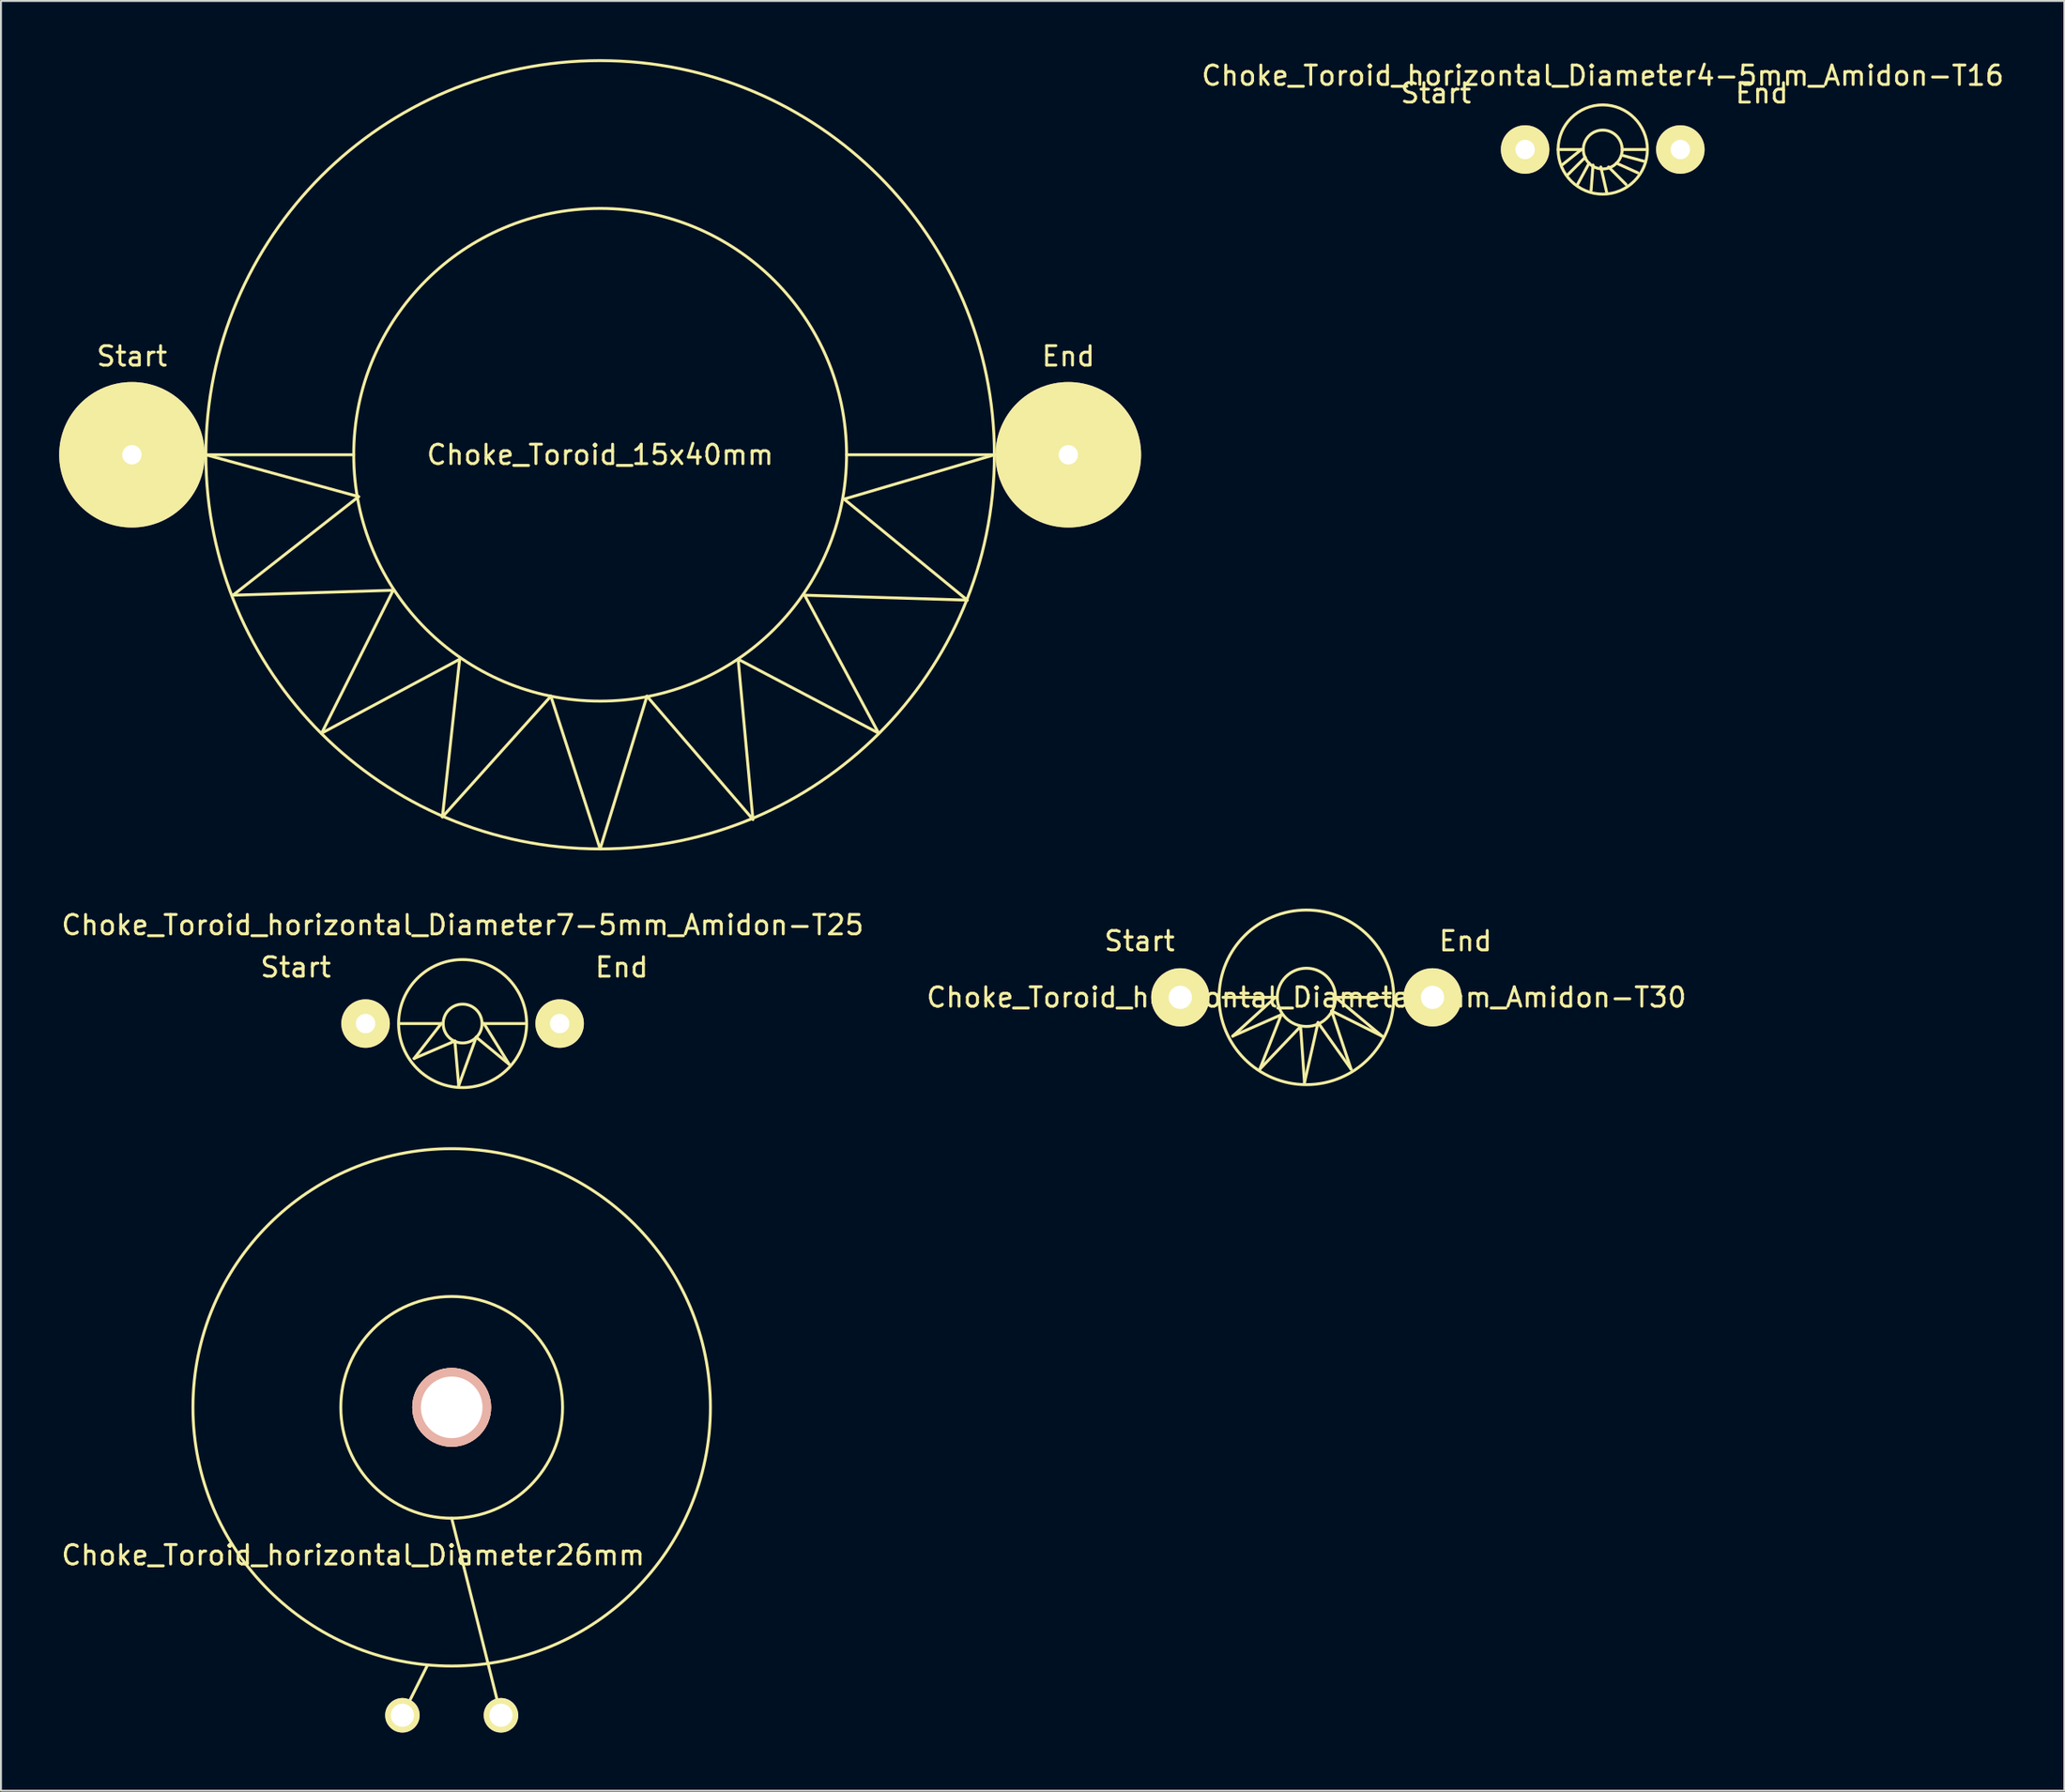
<source format=kicad_pcb>
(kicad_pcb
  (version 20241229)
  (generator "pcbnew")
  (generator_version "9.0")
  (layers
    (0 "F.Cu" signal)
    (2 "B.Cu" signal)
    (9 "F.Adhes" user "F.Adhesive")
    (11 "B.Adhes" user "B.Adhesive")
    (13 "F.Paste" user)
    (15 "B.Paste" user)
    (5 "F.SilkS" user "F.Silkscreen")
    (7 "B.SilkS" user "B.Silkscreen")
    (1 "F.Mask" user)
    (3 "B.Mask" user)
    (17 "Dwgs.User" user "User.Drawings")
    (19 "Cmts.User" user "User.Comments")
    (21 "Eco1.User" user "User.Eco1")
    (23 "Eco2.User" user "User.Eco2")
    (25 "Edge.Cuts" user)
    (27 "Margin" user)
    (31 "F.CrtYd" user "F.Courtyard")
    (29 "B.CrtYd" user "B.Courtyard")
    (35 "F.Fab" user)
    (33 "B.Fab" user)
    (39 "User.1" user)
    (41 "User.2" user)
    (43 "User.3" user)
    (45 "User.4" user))
  (footprint "Choke_Toroid_horizontal_Diameter7-5mm_Amidon-T25"
    (layer "F.Cu")
    (at 20.792 49.718)
    (property "Reference" "Choke_Toroid_horizontal_Diameter7-5mm_Amidon-T25" (at 0 -5.08 0) (layer "F.SilkS") (effects (font (size 1 1) (thickness 0.15))))
    (attr through_hole)
    (fp_line (start -3.2 0) (end -1.1 0) (stroke (width 0.15) (type solid)) (layer "F.SilkS"))
    (fp_line (start -2.499 1.801) (end -0.399 0.899) (stroke (width 0.15) (type solid)) (layer "F.SilkS"))
    (fp_line (start -1.1 0) (end -2.499 1.801) (stroke (width 0.15) (type solid)) (layer "F.SilkS"))
    (fp_line (start -0.399 0.899) (end -0.201 3.2) (stroke (width 0.15) (type solid)) (layer "F.SilkS"))
    (fp_line (start -0.201 3.2) (end 0.701 0.701) (stroke (width 0.15) (type solid)) (layer "F.SilkS"))
    (fp_line (start 0.701 0.701) (end 2.4 2.101) (stroke (width 0.15) (type solid)) (layer "F.SilkS"))
    (fp_line (start 1.1 0) (end 3.2 0) (stroke (width 0.15) (type solid)) (layer "F.SilkS"))
    (fp_line (start 2.4 2.101) (end 1.1 0) (stroke (width 0.15) (type solid)) (layer "F.SilkS"))
    (fp_circle (center 0 0) (end 1.001 0) (stroke (width 0.15) (type solid)) (fill no) (layer "F.SilkS"))
    (fp_circle (center 0 0) (end 3.299 0) (stroke (width 0.15) (type solid)) (fill no) (layer "F.SilkS"))
    (fp_text user "Start" (at -8.6 -2.901 0) (layer "F.SilkS") (effects (font (size 1 1) (thickness 0.15))))
    (fp_text user "End" (at 8.199 -2.901 0) (layer "F.SilkS") (effects (font (size 1 1) (thickness 0.15))))
    (pad "1" thru_hole circle (at -5.001 0) (size 2.499 2.499) (drill 1.001) (layers "*.Cu" "*.Mask" "F.SilkS"))
    (pad "2" thru_hole circle (at 5.001 0) (size 2.499 2.499) (drill 1.001) (layers "*.Cu" "*.Mask" "F.SilkS")))
  (footprint "Choke_Toroid_horizontal_Diameter26mm"
    (layer "F.Cu")
    (at 20.229 69.503)
    (property "Reference" "Choke_Toroid_horizontal_Diameter26mm" (at -5.08 7.62 0) (layer "F.SilkS") (effects (font (size 1 1) (thickness 0.15))))
    (attr through_hole)
    (fp_line (start -2.54 15.875) (end -1.27 13.335) (stroke (width 0.15) (type solid)) (layer "F.SilkS"))
    (fp_line (start 2.54 15.875) (end 0 5.715) (stroke (width 0.15) (type solid)) (layer "F.SilkS"))
    (fp_circle (center 0 0) (end -13.335 0) (stroke (width 0.15) (type solid)) (fill no) (layer "F.SilkS"))
    (fp_circle (center 0 0) (end 5.715 0) (stroke (width 0.15) (type solid)) (fill no) (layer "F.SilkS"))
    (pad "" thru_hole circle (at 0 0) (size 4.064 4.064) (drill 3.175) (layers "*.Cu" "*.SilkS" "*.Mask"))
    (pad "1" thru_hole circle (at -2.54 15.875) (size 1.778 1.778) (drill 1.194) (layers "*.Cu" "*.Mask" "F.SilkS"))
    (pad "2" thru_hole circle (at 2.54 15.875) (size 1.778 1.778) (drill 1.194) (layers "*.Cu" "*.Mask" "F.SilkS")))
  (footprint "Choke_Toroid_horizontal_Diameter9mm_Amidon-T30"
    (layer "F.Cu")
    (at 64.28 48.366)
    (property "Reference" "Choke_Toroid_horizontal_Diameter9mm_Amidon-T30" (at 0 0 0) (layer "F.SilkS") (effects (font (size 1 1) (thickness 0.15))))
    (attr through_hole)
    (fp_line (start -4.3 0) (end -1.6 0) (stroke (width 0.15) (type solid)) (layer "F.SilkS"))
    (fp_line (start -3.8 1.999) (end -1.3 0.899) (stroke (width 0.15) (type solid)) (layer "F.SilkS"))
    (fp_line (start -2.4 3.701) (end -0.3 1.501) (stroke (width 0.15) (type solid)) (layer "F.SilkS"))
    (fp_line (start -1.6 0) (end -3.8 1.999) (stroke (width 0.15) (type solid)) (layer "F.SilkS"))
    (fp_line (start -1.3 0.899) (end -2.4 3.701) (stroke (width 0.15) (type solid)) (layer "F.SilkS"))
    (fp_line (start -0.3 1.501) (end -0.099 4.399) (stroke (width 0.15) (type solid)) (layer "F.SilkS"))
    (fp_line (start -0.099 4.399) (end 0.599 1.3) (stroke (width 0.15) (type solid)) (layer "F.SilkS"))
    (fp_line (start 0.599 1.3) (end 2.301 3.701) (stroke (width 0.15) (type solid)) (layer "F.SilkS"))
    (fp_line (start 1.3 0.701) (end 3.899 1.999) (stroke (width 0.15) (type solid)) (layer "F.SilkS"))
    (fp_line (start 1.501 0) (end 4.3 0) (stroke (width 0.15) (type solid)) (layer "F.SilkS"))
    (fp_line (start 2.301 3.701) (end 1.3 0.701) (stroke (width 0.15) (type solid)) (layer "F.SilkS"))
    (fp_line (start 3.899 1.999) (end 1.501 0) (stroke (width 0.15) (type solid)) (layer "F.SilkS"))
    (fp_circle (center 0 0) (end 1.501 0) (stroke (width 0.15) (type solid)) (fill no) (layer "F.SilkS"))
    (fp_circle (center 0 0) (end 4.501 0) (stroke (width 0.15) (type solid)) (fill no) (layer "F.SilkS"))
    (fp_text user "Start" (at -8.6 -2.901 0) (layer "F.SilkS") (effects (font (size 1 1) (thickness 0.15))))
    (fp_text user "End" (at 8.199 -2.901 0) (layer "F.SilkS") (effects (font (size 1 1) (thickness 0.15))))
    (pad "1" thru_hole circle (at -6.5 0) (size 3 3) (drill 1.199) (layers "*.Cu" "*.Mask" "F.SilkS"))
    (pad "2" thru_hole circle (at 6.5 0) (size 3 3) (drill 1.199) (layers "*.Cu" "*.Mask" "F.SilkS")))
  (footprint "Choke_Toroid_15x40mm"
    (layer "F.Cu")
    (at 27.88 20.395)
    (property "Reference" "Choke_Toroid_15x40mm" (at 0 0 0) (layer "F.SilkS") (effects (font (size 1 1) (thickness 0.15))))
    (attr through_hole)
    (fp_line (start -20.32 0) (end -12.446 2.159) (stroke (width 0.15) (type solid)) (layer "F.SilkS"))
    (fp_line (start -18.923 7.239) (end -10.668 6.985) (stroke (width 0.15) (type solid)) (layer "F.SilkS"))
    (fp_line (start -14.351 14.351) (end -7.239 10.541) (stroke (width 0.15) (type solid)) (layer "F.SilkS"))
    (fp_line (start -12.7 0) (end -20.32 0) (stroke (width 0.15) (type solid)) (layer "F.SilkS"))
    (fp_line (start -12.446 2.159) (end -18.923 7.239) (stroke (width 0.15) (type solid)) (layer "F.SilkS"))
    (fp_line (start -10.668 6.985) (end -14.351 14.351) (stroke (width 0.15) (type solid)) (layer "F.SilkS"))
    (fp_line (start -8.128 18.669) (end -2.54 12.446) (stroke (width 0.15) (type solid)) (layer "F.SilkS"))
    (fp_line (start -7.239 10.541) (end -8.128 18.669) (stroke (width 0.15) (type solid)) (layer "F.SilkS"))
    (fp_line (start -2.54 12.446) (end 0 20.32) (stroke (width 0.15) (type solid)) (layer "F.SilkS"))
    (fp_line (start 0 20.32) (end 2.413 12.446) (stroke (width 0.15) (type solid)) (layer "F.SilkS"))
    (fp_line (start 2.413 12.446) (end 7.874 18.796) (stroke (width 0.15) (type solid)) (layer "F.SilkS"))
    (fp_line (start 7.112 10.541) (end 14.351 14.351) (stroke (width 0.15) (type solid)) (layer "F.SilkS"))
    (fp_line (start 7.874 18.796) (end 7.112 10.541) (stroke (width 0.15) (type solid)) (layer "F.SilkS"))
    (fp_line (start 10.541 7.239) (end 18.923 7.493) (stroke (width 0.15) (type solid)) (layer "F.SilkS"))
    (fp_line (start 12.573 2.286) (end 20.32 0) (stroke (width 0.15) (type solid)) (layer "F.SilkS"))
    (fp_line (start 14.351 14.351) (end 10.541 7.239) (stroke (width 0.15) (type solid)) (layer "F.SilkS"))
    (fp_line (start 18.923 7.493) (end 12.573 2.286) (stroke (width 0.15) (type solid)) (layer "F.SilkS"))
    (fp_line (start 20.32 0) (end 12.7 0) (stroke (width 0.15) (type solid)) (layer "F.SilkS"))
    (fp_circle (center 0 0) (end -20.32 0) (stroke (width 0.15) (type solid)) (fill no) (layer "F.SilkS"))
    (fp_circle (center 0 0) (end -12.7 0) (stroke (width 0.15) (type solid)) (fill no) (layer "F.SilkS"))
    (fp_text user "End" (at 24.13 -5.08 0) (layer "F.SilkS") (effects (font (size 1 1) (thickness 0.15))))
    (fp_text user "Start" (at -24.13 -5.08 0) (layer "F.SilkS") (effects (font (size 1 1) (thickness 0.15))))
    (pad "1" thru_hole circle (at -24.13 0) (size 7.5 7.5) (drill 1) (layers "*.Cu" "*.Mask" "F.SilkS"))
    (pad "2" thru_hole circle (at 24.13 0) (size 7.5 7.5) (drill 1) (layers "*.Cu" "*.Mask" "F.SilkS")))
  (footprint "Choke_Toroid_horizontal_Diameter4-5mm_Amidon-T16"
    (layer "F.Cu")
    (at 79.552 4.658)
    (property "Reference" "Choke_Toroid_horizontal_Diameter4-5mm_Amidon-T16" (at 0 -3.81 0) (layer "F.SilkS") (effects (font (size 1 1) (thickness 0.15))))
    (attr through_hole)
    (fp_line (start -2.301 0) (end -1.1 0) (stroke (width 0.15) (type solid)) (layer "F.SilkS"))
    (fp_line (start -1.1 0) (end -2.101 0.8) (stroke (width 0.15) (type solid)) (layer "F.SilkS"))
    (fp_line (start -0.899 0.399) (end -1.801 1.3) (stroke (width 0.15) (type solid)) (layer "F.SilkS"))
    (fp_line (start -0.701 0.701) (end -1.3 1.801) (stroke (width 0.15) (type solid)) (layer "F.SilkS"))
    (fp_line (start -0.5 0.8) (end -0.599 2.101) (stroke (width 0.15) (type solid)) (layer "F.SilkS"))
    (fp_line (start -0.099 0.899) (end 0.201 2.2) (stroke (width 0.15) (type solid)) (layer "F.SilkS"))
    (fp_line (start 0.3 0.899) (end 1.199 1.801) (stroke (width 0.15) (type solid)) (layer "F.SilkS"))
    (fp_line (start 0.701 0.701) (end 1.801 1.199) (stroke (width 0.15) (type solid)) (layer "F.SilkS"))
    (fp_line (start 1.001 0) (end 2.2 0) (stroke (width 0.15) (type solid)) (layer "F.SilkS"))
    (fp_line (start 1.001 0.3) (end 2.101 0.599) (stroke (width 0.15) (type solid)) (layer "F.SilkS"))
    (fp_circle (center 0 0) (end 1.001 0) (stroke (width 0.15) (type solid)) (fill no) (layer "F.SilkS"))
    (fp_circle (center 0 0) (end 2.301 0) (stroke (width 0.15) (type solid)) (fill no) (layer "F.SilkS"))
    (fp_text user "Start" (at -8.6 -2.901 0) (layer "F.SilkS") (effects (font (size 1 1) (thickness 0.15))))
    (fp_text user "End" (at 8.199 -2.901 0) (layer "F.SilkS") (effects (font (size 1 1) (thickness 0.15))))
    (pad "1" thru_hole circle (at -4 0) (size 2.499 2.499) (drill 1.001) (layers "*.Cu" "*.Mask" "F.SilkS"))
    (pad "2" thru_hole circle (at 4 0) (size 2.499 2.499) (drill 1.001) (layers "*.Cu" "*.Mask" "F.SilkS")))
  (gr_rect
    (start -3 -3)
    (end 103.343 89.267)
    (stroke (width 0.1) (type default))
    (fill no)
    (layer "Edge.Cuts")))
</source>
